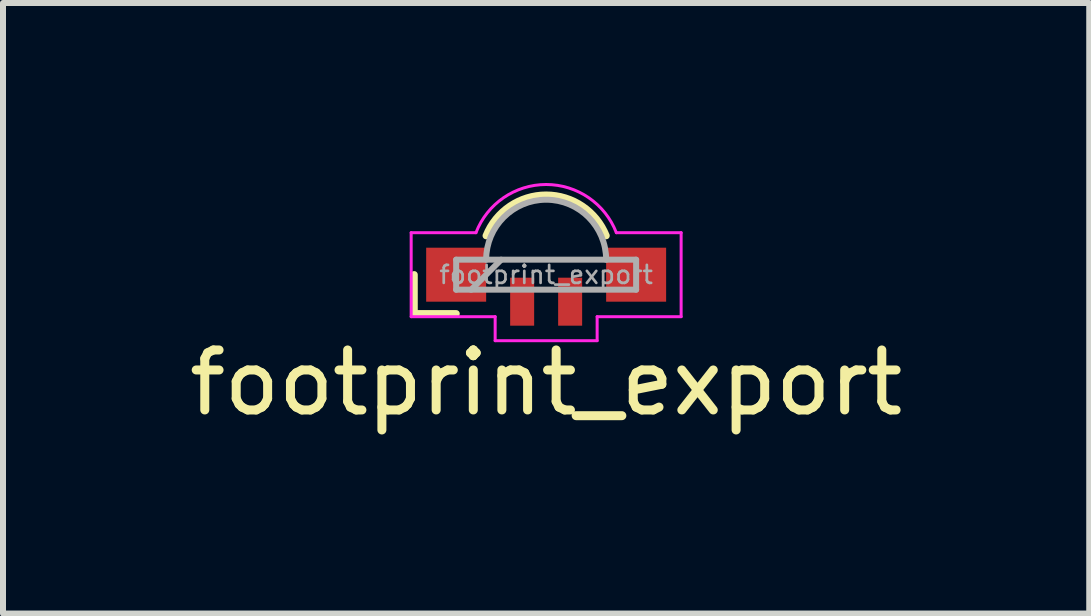
<source format=kicad_pcb>
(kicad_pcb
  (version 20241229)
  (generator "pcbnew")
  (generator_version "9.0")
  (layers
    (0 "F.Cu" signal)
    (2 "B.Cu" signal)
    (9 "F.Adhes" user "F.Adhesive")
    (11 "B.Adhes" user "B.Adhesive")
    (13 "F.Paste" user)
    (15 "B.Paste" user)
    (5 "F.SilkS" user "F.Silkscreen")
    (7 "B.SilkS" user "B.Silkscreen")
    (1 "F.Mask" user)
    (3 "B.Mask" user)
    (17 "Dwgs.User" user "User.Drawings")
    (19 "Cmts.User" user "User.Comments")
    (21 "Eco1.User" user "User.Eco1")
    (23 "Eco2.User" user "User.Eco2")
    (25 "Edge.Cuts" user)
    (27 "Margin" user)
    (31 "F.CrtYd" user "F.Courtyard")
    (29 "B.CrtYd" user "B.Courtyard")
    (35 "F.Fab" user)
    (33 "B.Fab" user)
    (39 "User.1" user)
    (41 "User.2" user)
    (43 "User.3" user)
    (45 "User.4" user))
  (footprint "footprint_export"
    (layer "F.Cu")
    (at 6.054 1.529)
    (property "Reference" "footprint_export" (at 0 1.8 0) (layer "F.SilkS") (effects (font (size 1 1) (thickness 0.15))))
    (attr smd)
    (fp_line (start -2.2 0) (end -2.2 0.65) (stroke (width 0.12) (type solid)) (layer "F.SilkS"))
    (fp_line (start -2.2 0.65) (end -1.5 0.65) (stroke (width 0.12) (type solid)) (layer "F.SilkS"))
    (fp_arc (start -1 -0.65) (mid 0 -1.327033) (end 1 -0.65) (stroke (width 0.12) (type solid)) (layer "F.SilkS"))
    (fp_line (start -2.25 -0.7) (end -1.17 -0.7) (stroke (width 0.05) (type solid)) (layer "F.CrtYd"))
    (fp_line (start -2.25 0.7) (end -2.25 -0.7) (stroke (width 0.05) (type solid)) (layer "F.CrtYd"))
    (fp_line (start -2.25 0.7) (end -0.85 0.7) (stroke (width 0.05) (type solid)) (layer "F.CrtYd"))
    (fp_line (start -0.85 0.7) (end -0.85 1.1) (stroke (width 0.05) (type solid)) (layer "F.CrtYd"))
    (fp_line (start -0.85 1.1) (end 0.85 1.1) (stroke (width 0.05) (type solid)) (layer "F.CrtYd"))
    (fp_line (start 0.85 0.7) (end 2.25 0.7) (stroke (width 0.05) (type solid)) (layer "F.CrtYd"))
    (fp_line (start 0.85 1.1) (end 0.85 0.7) (stroke (width 0.05) (type solid)) (layer "F.CrtYd"))
    (fp_line (start 2.25 -0.7) (end 1.17 -0.7) (stroke (width 0.05) (type solid)) (layer "F.CrtYd"))
    (fp_line (start 2.25 0.7) (end 2.25 -0.7) (stroke (width 0.05) (type solid)) (layer "F.CrtYd"))
    (fp_arc (start -1.17 -0.7) (mid 0 -1.503555) (end 1.17 -0.7) (stroke (width 0.05) (type solid)) (layer "F.CrtYd"))
    (fp_line (start -1.5 -0.25) (end -1.5 0.25) (stroke (width 0.1) (type solid)) (layer "F.Fab"))
    (fp_line (start -1.5 0.25) (end 1.5 0.25) (stroke (width 0.1) (type solid)) (layer "F.Fab"))
    (fp_line (start -0.75 -0.25) (end -1.25 0.25) (stroke (width 0.1) (type solid)) (layer "F.Fab"))
    (fp_line (start 1.5 -0.25) (end -1.5 -0.25) (stroke (width 0.1) (type solid)) (layer "F.Fab"))
    (fp_line (start 1.5 0.25) (end 1.5 -0.25) (stroke (width 0.1) (type solid)) (layer "F.Fab"))
    (fp_arc (start -1 -0.25) (mid 0 -1.25) (end 1 -0.25) (stroke (width 0.1) (type solid)) (layer "F.Fab"))
    (fp_text user "${REFERENCE}" (at 0 0 0) (layer "F.Fab") (effects (font (size 0.3 0.3) (thickness 0.045))))
    (pad "1" smd rect (at -1.5 0) (size 1 0.9) (layers "F.Cu" "F.Mask" "F.Paste"))
    (pad "2" smd rect (at 1.5 0) (size 1 0.9) (layers "F.Cu" "F.Mask" "F.Paste"))
    (pad "3" smd rect (at 0.4 0.45) (size 0.4 0.8) (layers "F.Cu" "F.Mask" "F.Paste"))
    (pad "4" smd rect (at -0.4 0.45) (size 0.4 0.8) (layers "F.Cu" "F.Mask" "F.Paste")))
  (gr_rect
    (start -3 -3)
    (end 15.107 7.177)
    (stroke (width 0.1) (type default))
    (fill no)
    (layer "Edge.Cuts")))
</source>
